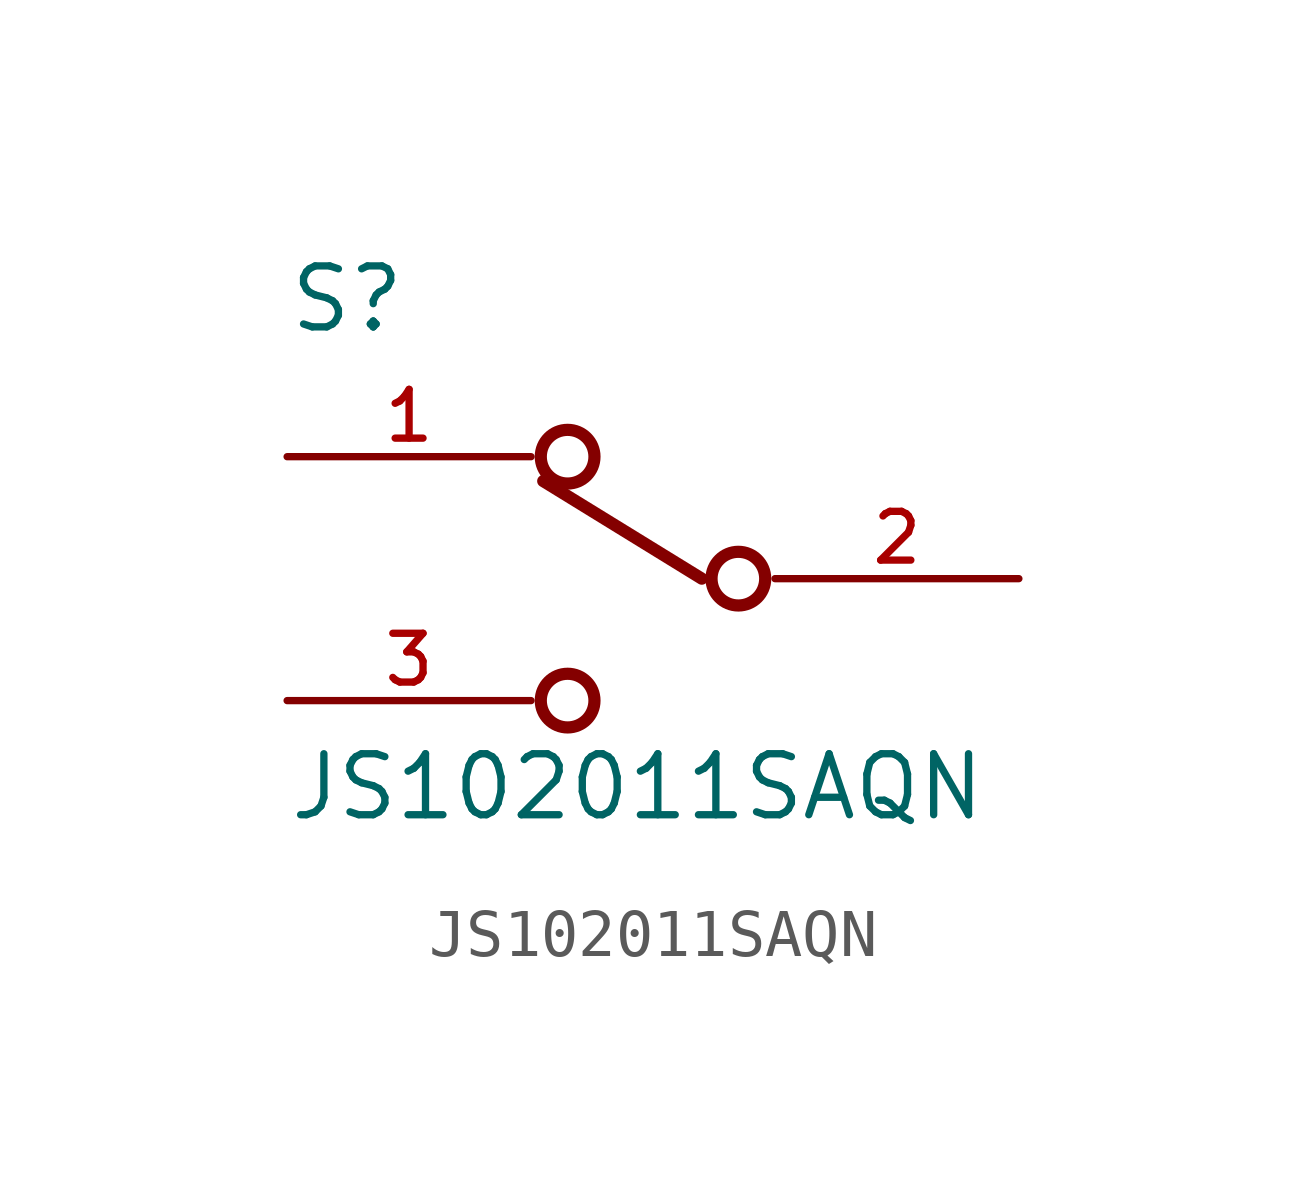
<source format=kicad_sym>
(kicad_symbol_lib
  (version 20211014)
  (generator kicad_symbol_editor)
  (symbol "JS102011SAQN"
    (pin_names
      (offset 1.016) hide)
    (property "Reference" "S"
      (at -7.62 5.08 0)
      (effects (font (size 1.27 1.27)) (justify left bottom)))
    (property "Value" "JS102011SAQN"
      (at -7.62 -5.08 0)
      (effects (font (size 1.27 1.27)) (justify left bottom)))
    (property "ki_locked" ""
      (at 0 0 0)
      (effects (font (size 1.27 1.27))))
    (symbol "JS102011SAQN_0_0"
      (circle (center -1.778 -2.54) (radius 0.559) (stroke (width 0.254) (type default) (color 0 0 0 0)) (fill (type none)))
      (circle (center -1.778 2.54) (radius 0.559) (stroke (width 0.254) (type default) (color 0 0 0 0)) (fill (type none)))
      (polyline (pts (xy 1.016 0) (xy -2.286 2.032)) (stroke (width 0.254) (type default) (color 0 0 0 0)) (fill (type none)))
      (circle (center 1.778 0) (radius 0.559) (stroke (width 0.254) (type default) (color 0 0 0 0)) (fill (type none)))
      (pin passive line (at -7.62 2.54 0) (length 5.08) (name "~" (effects (font (size 1.016 1.016)))) (number "1" (effects (font (size 1.016 1.016)))))
      (pin passive line (at 7.62 0 180) (length 5.08) (name "~" (effects (font (size 1.016 1.016)))) (number "2" (effects (font (size 1.016 1.016)))))
      (pin passive line (at -7.62 -2.54 0) (length 5.08) (name "~" (effects (font (size 1.016 1.016)))) (number "3" (effects (font (size 1.016 1.016))))))))
</source>
